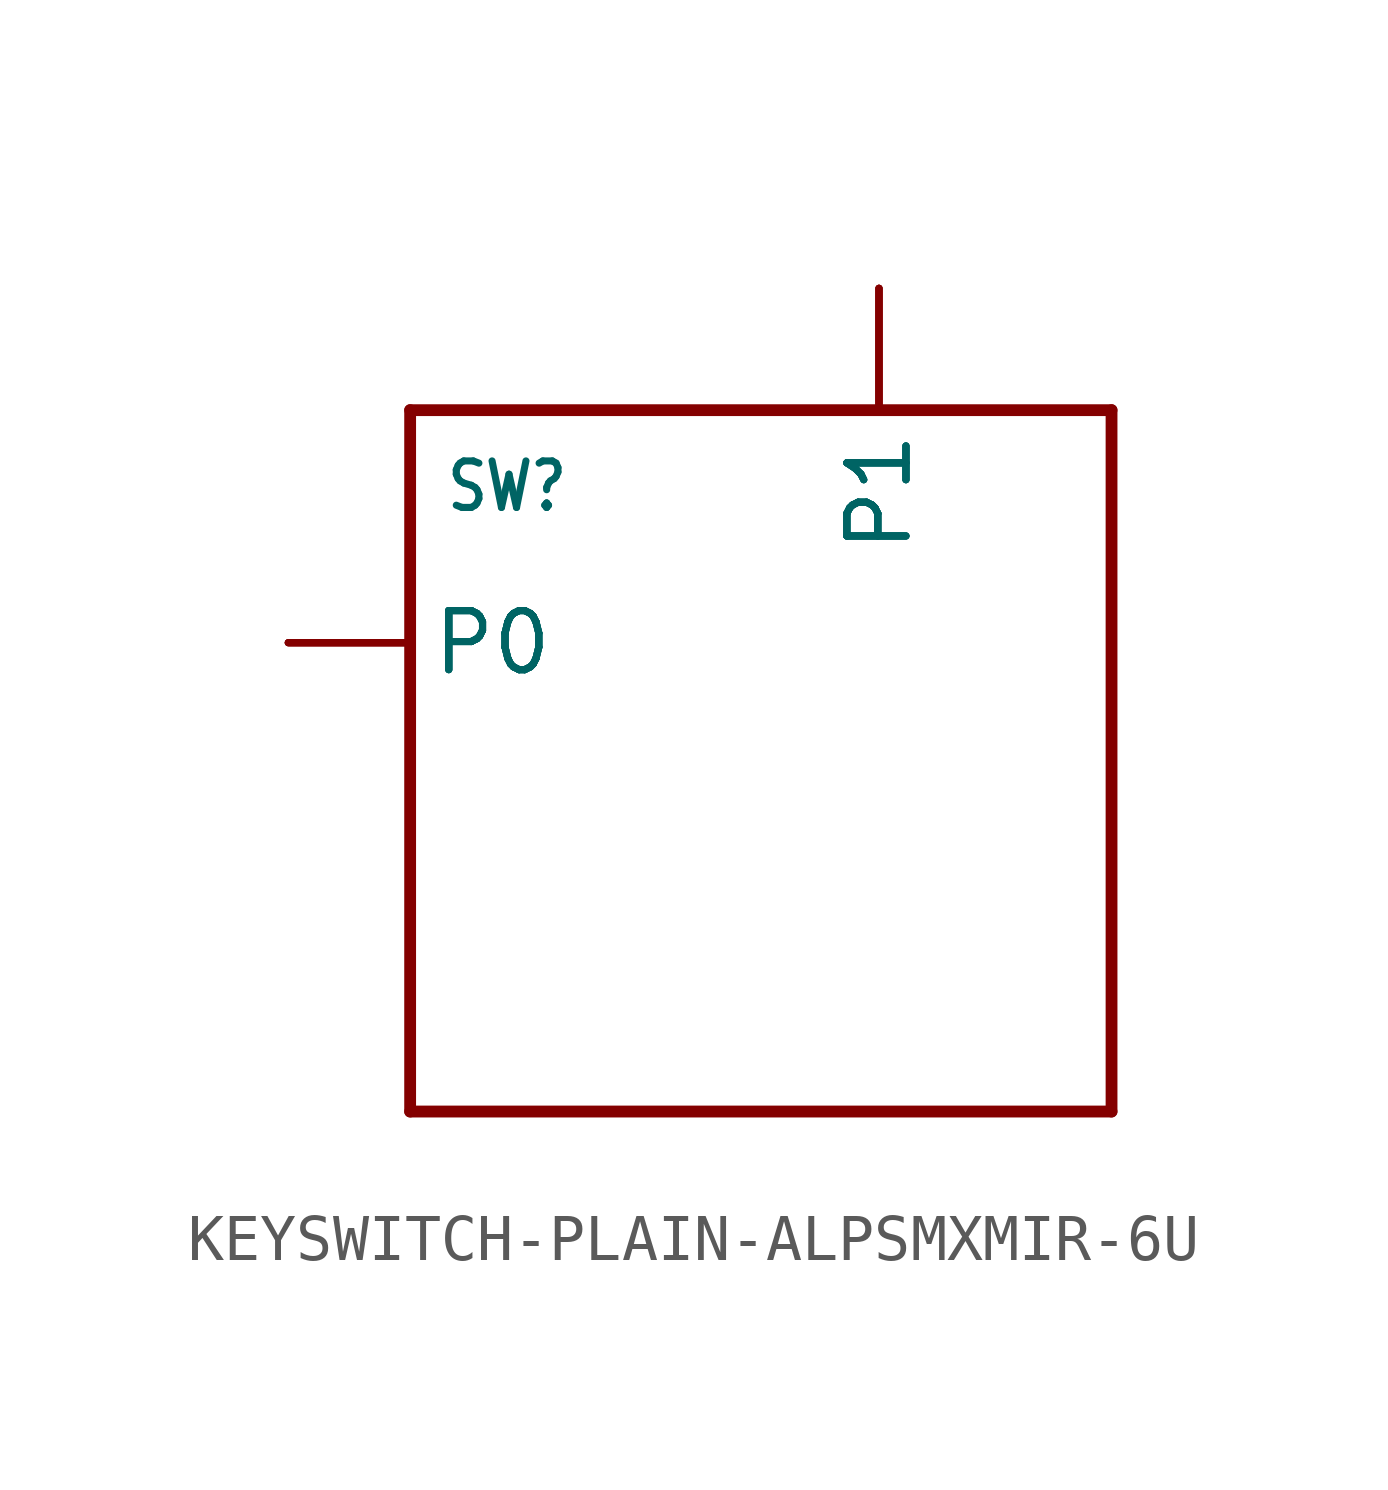
<source format=kicad_sym>
(kicad_symbol_lib
  (version 20211014)
  (generator kicad_symbol_editor)
  (symbol "KEYSWITCH-PLAIN-ALPSMXMIR-6U"
    (property "Reference" "SW"
      (at -6.81 5.318 0)
      (effects (font (size 1 0.85)) (justify left bottom)))
    (property "ki_locked" ""
      (at 0 0 0)
      (effects (font (size 1.27 1.27))))
    (symbol "KEYSWITCH-PLAIN-ALPSMXMIR-6U_1_0"
      (polyline (pts (xy -7.54 -7.54) (xy -7.54 7.54)) (stroke (width 0.254) (type default) (color 0 0 0 0)) (fill (type none)))
      (polyline (pts (xy -7.54 7.54) (xy 7.54 7.54)) (stroke (width 0.254) (type default) (color 0 0 0 0)) (fill (type none)))
      (polyline (pts (xy 7.54 -7.54) (xy -7.54 -7.54)) (stroke (width 0.254) (type default) (color 0 0 0 0)) (fill (type none)))
      (polyline (pts (xy 7.54 7.54) (xy 7.54 -7.54)) (stroke (width 0.254) (type default) (color 0 0 0 0)) (fill (type none)))
      (pin bidirectional line (at -10.16 2.54 0) (length 2.54) (name "P0" (effects (font (size 1.27 1.27)))) (number "ALPS1" (effects (font (size 0 0)))))
      (pin bidirectional line (at 2.54 10.16 270) (length 2.54) (name "P1" (effects (font (size 1.27 1.27)))) (number "ALPS2" (effects (font (size 0 0)))))
      (pin bidirectional line (at -10.16 2.54 0) (length 2.54) (name "P0" (effects (font (size 1.27 1.27)))) (number "ALPS3" (effects (font (size 0 0)))))
      (pin bidirectional line (at 2.54 10.16 270) (length 2.54) (name "P1" (effects (font (size 1.27 1.27)))) (number "ALPS4" (effects (font (size 0 0)))))
      (pin bidirectional line (at -10.16 2.54 0) (length 2.54) (name "P0" (effects (font (size 1.27 1.27)))) (number "MX1" (effects (font (size 0 0)))))
      (pin bidirectional line (at 2.54 10.16 270) (length 2.54) (name "P1" (effects (font (size 1.27 1.27)))) (number "MX2" (effects (font (size 0 0)))))
      (pin bidirectional line (at -10.16 2.54 0) (length 2.54) (name "P0" (effects (font (size 1.27 1.27)))) (number "MX3" (effects (font (size 0 0)))))
      (pin bidirectional line (at 2.54 10.16 270) (length 2.54) (name "P1" (effects (font (size 1.27 1.27)))) (number "MX4" (effects (font (size 0 0))))))))
</source>
